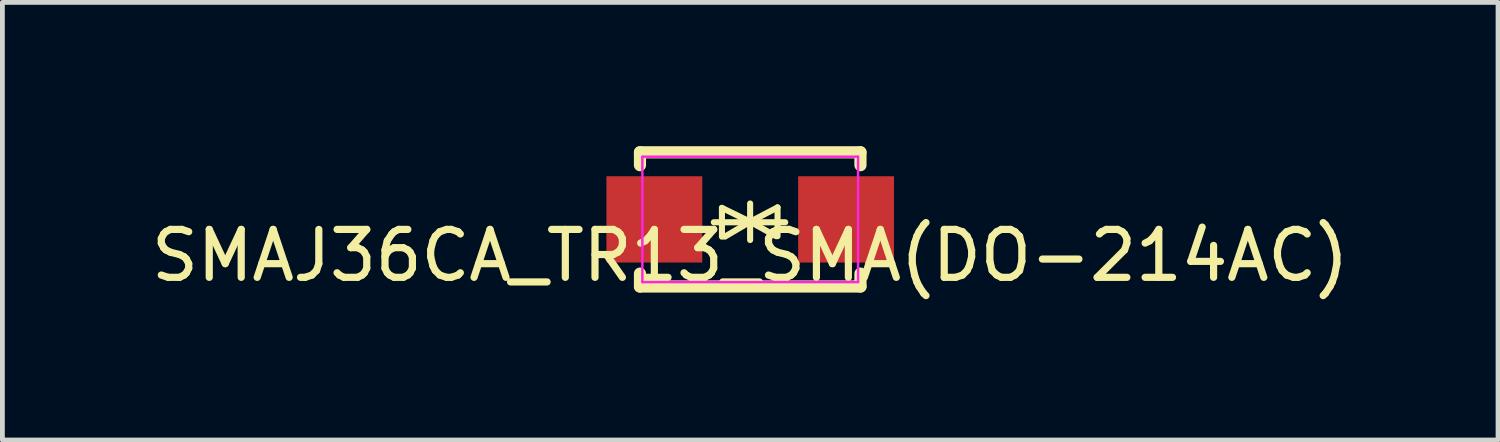
<source format=kicad_pcb>
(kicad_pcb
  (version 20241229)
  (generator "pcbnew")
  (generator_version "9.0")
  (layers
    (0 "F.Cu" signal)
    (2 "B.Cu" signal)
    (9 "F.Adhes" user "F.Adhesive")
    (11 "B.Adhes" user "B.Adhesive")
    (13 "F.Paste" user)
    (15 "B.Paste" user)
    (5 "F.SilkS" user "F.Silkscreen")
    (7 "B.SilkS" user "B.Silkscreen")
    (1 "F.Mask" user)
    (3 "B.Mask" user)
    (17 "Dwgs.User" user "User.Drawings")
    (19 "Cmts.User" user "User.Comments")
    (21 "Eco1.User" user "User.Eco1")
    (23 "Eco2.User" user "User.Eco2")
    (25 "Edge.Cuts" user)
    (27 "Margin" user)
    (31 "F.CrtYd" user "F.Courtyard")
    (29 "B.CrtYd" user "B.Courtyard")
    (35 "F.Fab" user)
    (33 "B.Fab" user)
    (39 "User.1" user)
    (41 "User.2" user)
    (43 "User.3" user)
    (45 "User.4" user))
  (footprint "SMAJ36CA_TR13_SMA(DO-214AC)"
    (layer "F.Cu")
    (at 12.601 1.527)
    (property "Reference" "SMAJ36CA_TR13_SMA(DO-214AC)" (at 0 0.754 0) (layer "F.SilkS") (effects (font (size 1 1) (thickness 0.15))))
    (attr smd)
    (fp_line (start -2.3 -1.4) (end -2.3 -1.131) (stroke (width 0.254) (type solid)) (layer "F.SilkS"))
    (fp_line (start -2.3 -1.4) (end 2.3 -1.4) (stroke (width 0.254) (type solid)) (layer "F.SilkS"))
    (fp_line (start -2.3 1.131) (end -2.3 1.4) (stroke (width 0.254) (type solid)) (layer "F.SilkS"))
    (fp_line (start -2.3 1.4) (end 2.3 1.4) (stroke (width 0.254) (type solid)) (layer "F.SilkS"))
    (fp_line (start -0.76 0.06) (end 0.73 0.06) (stroke (width 0.127) (type solid)) (layer "F.SilkS"))
    (fp_line (start -0.59 -0.24) (end -0.59 0.36) (stroke (width 0.127) (type solid)) (layer "F.SilkS"))
    (fp_line (start -0.59 -0.24) (end -0.002 0.049) (stroke (width 0.127) (type solid)) (layer "F.SilkS"))
    (fp_line (start -0.53 0.36) (end -0.002 0.049) (stroke (width 0.127) (type solid)) (layer "F.SilkS"))
    (fp_line (start -0.002 0.049) (end -0.002 -0.332) (stroke (width 0.127) (type solid)) (layer "F.SilkS"))
    (fp_line (start -0.002 0.049) (end -0.002 0.43) (stroke (width 0.127) (type solid)) (layer "F.SilkS"))
    (fp_line (start 0.54 0.35) (end -0.002 0.049) (stroke (width 0.127) (type solid)) (layer "F.SilkS"))
    (fp_line (start 0.57 -0.25) (end -0.002 0.049) (stroke (width 0.127) (type solid)) (layer "F.SilkS"))
    (fp_line (start 0.57 -0.25) (end 0.57 0.35) (stroke (width 0.127) (type solid)) (layer "F.SilkS"))
    (fp_line (start 2.3 -1.4) (end 2.3 -1.131) (stroke (width 0.254) (type solid)) (layer "F.SilkS"))
    (fp_line (start 2.3 1.131) (end 2.3 1.4) (stroke (width 0.254) (type solid)) (layer "F.SilkS"))
    (fp_poly (pts (xy -2.542 0.725) (xy -2.542 -0.725) (xy -1.458 -0.725) (xy -1.458 0.725)) (stroke (width 0.005) (type solid)) (fill no) (layer "Eco2.User"))
    (fp_poly (pts (xy 1.458 0.725) (xy 1.458 -0.725) (xy 2.542 -0.725) (xy 2.542 0.725)) (stroke (width 0.005) (type solid)) (fill no) (layer "Eco2.User"))
    (fp_poly (pts (xy -2.482 1.308) (xy -2.484 1.296) (xy -2.487 1.285) (xy -2.493 1.274) (xy -2.5 1.265) (xy -2.509 1.258) (xy -2.519 1.252) (xy -2.531 1.249) (xy -2.542 1.248) (xy -2.554 1.249) (xy -2.565 1.252) (xy -2.576 1.258) (xy -2.585 1.265) (xy -2.592 1.274) (xy -2.598 1.285) (xy -2.601 1.296) (xy -2.603 1.308) (xy -2.601 1.319) (xy -2.598 1.331) (xy -2.592 1.341) (xy -2.585 1.35) (xy -2.576 1.357) (xy -2.565 1.363) (xy -2.554 1.366) (xy -2.542 1.367) (xy -2.531 1.366) (xy -2.519 1.363) (xy -2.509 1.357) (xy -2.5 1.35) (xy -2.493 1.341) (xy -2.487 1.331) (xy -2.484 1.319)) (stroke (width 0.005) (type solid)) (fill no) (layer "Eco2.User"))
    (fp_line (start -2.25 -1.308) (end 2.25 -1.308) (stroke (width 0.051) (type solid)) (layer "F.CrtYd"))
    (fp_line (start -2.25 1.308) (end -2.25 -1.308) (stroke (width 0.051) (type solid)) (layer "F.CrtYd"))
    (fp_line (start 2.25 -1.308) (end 2.25 1.308) (stroke (width 0.051) (type solid)) (layer "F.CrtYd"))
    (fp_line (start 2.25 1.308) (end -2.25 1.308) (stroke (width 0.051) (type solid)) (layer "F.CrtYd"))
    (pad "1" smd rect (at -2 0) (size 2 1.8) (layers "F.Cu" "F.Mask" "F.Paste"))
    (pad "2" smd rect (at 2 0) (size 2 1.8) (layers "F.Cu" "F.Mask" "F.Paste")))
  (gr_rect
    (start -3 -3)
    (end 28.202 6.129)
    (stroke (width 0.1) (type default))
    (fill no)
    (layer "Edge.Cuts")))
</source>
